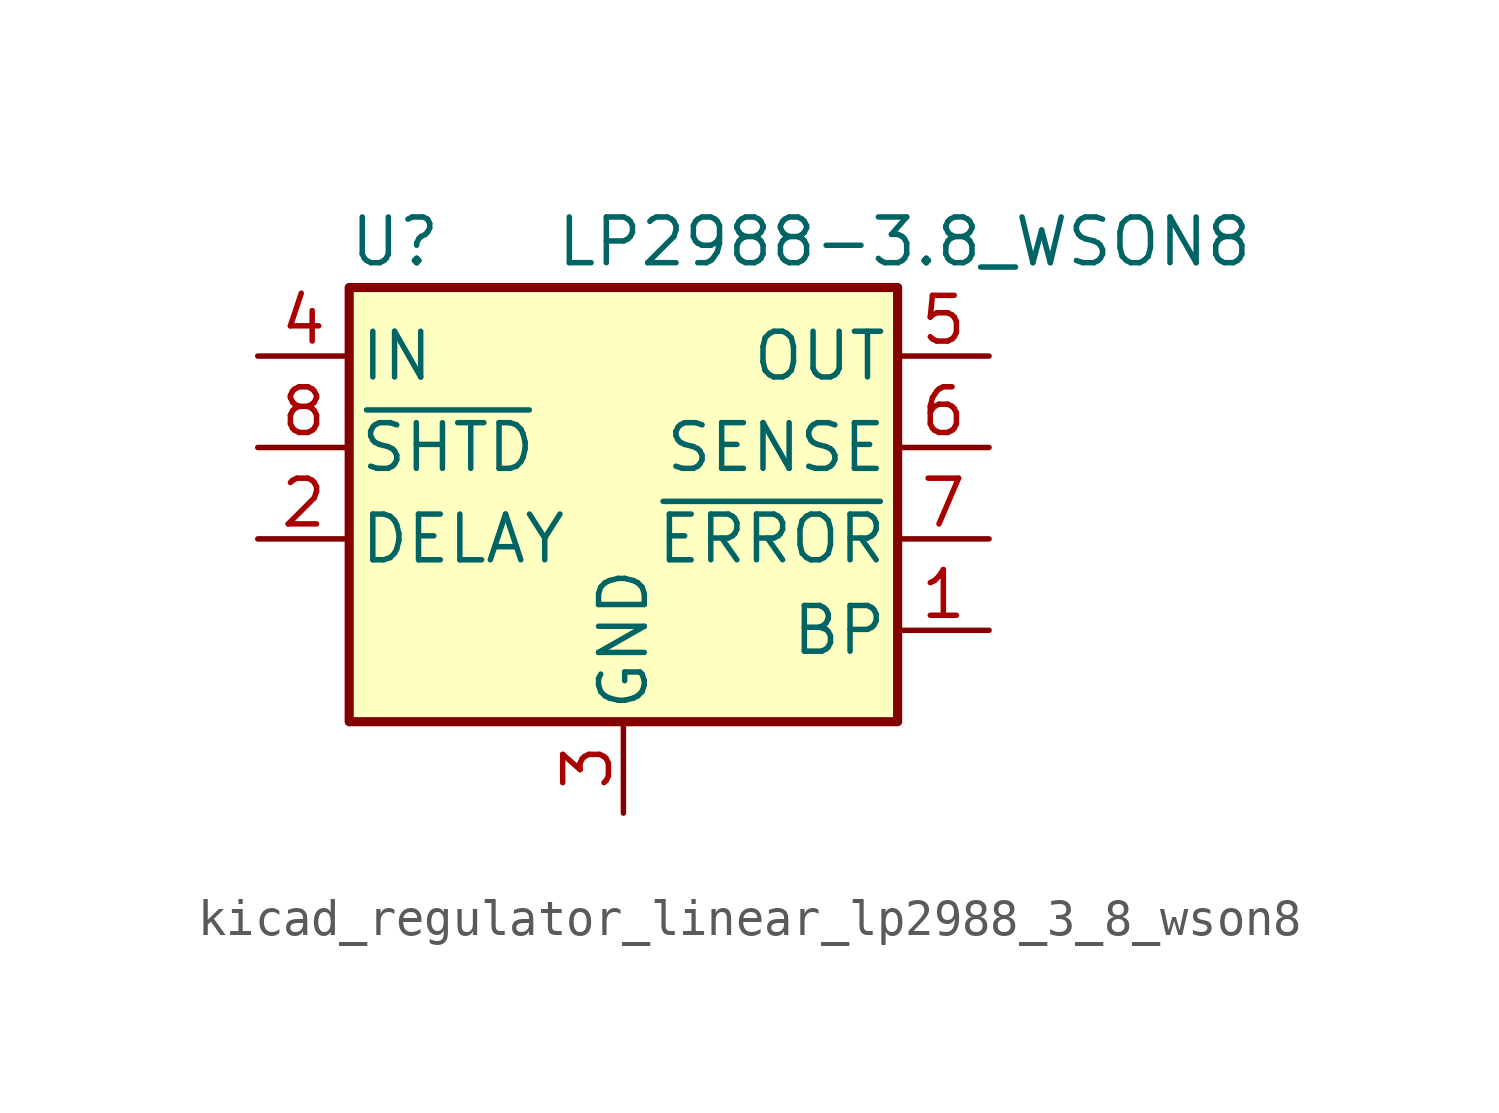
<source format=kicad_sym>
(kicad_symbol_lib
  (version 20220914)
  (generator kicad_symbol_editor)
  (symbol "kicad_regulator_linear_lp2988_3_8_wson8"
    (pin_names
      (offset 0.254))
    (property "Reference" "U"
      (at -6.35 5.715 0)
      (effects (font (size 1.27 1.27))))
    (property "Value" "LP2988-3.8_WSON8"
      (at -1.905 5.715 0)
      (effects (font (size 1.27 1.27)) (justify left)))
    (symbol "kicad_regulator_linear_lp2988_3_8_wson8_0_1"
      (rectangle (start -7.62 4.445) (end 7.62 -7.62) (stroke (width 0.254) (type default)) (fill (type background))))
    (symbol "kicad_regulator_linear_lp2988_3_8_wson8_1_1"
      (pin passive line (at 10.16 -5.08 180) (length 2.54) (name "BP" (effects (font (size 1.27 1.27)))) (number "1" (effects (font (size 1.27 1.27)))))
      (pin passive line (at -10.16 -2.54 0) (length 2.54) (name "DELAY" (effects (font (size 1.27 1.27)))) (number "2" (effects (font (size 1.27 1.27)))))
      (pin power_in line (at 0 -10.16 90) (length 2.54) (name "GND" (effects (font (size 1.27 1.27)))) (number "3" (effects (font (size 1.27 1.27)))))
      (pin power_in line (at -10.16 2.54 0) (length 2.54) (name "IN" (effects (font (size 1.27 1.27)))) (number "4" (effects (font (size 1.27 1.27)))))
      (pin power_out line (at 10.16 2.54 180) (length 2.54) (name "OUT" (effects (font (size 1.27 1.27)))) (number "5" (effects (font (size 1.27 1.27)))))
      (pin input line (at 10.16 0 180) (length 2.54) (name "SENSE" (effects (font (size 1.27 1.27)))) (number "6" (effects (font (size 1.27 1.27)))))
      (pin output line (at 10.16 -2.54 180) (length 2.54) (name "~{ERROR}" (effects (font (size 1.27 1.27)))) (number "7" (effects (font (size 1.27 1.27)))))
      (pin input line (at -10.16 0 0) (length 2.54) (name "~{SHTD}" (effects (font (size 1.27 1.27)))) (number "8" (effects (font (size 1.27 1.27)))))
      (pin passive line (at 0 -10.16 90) (length 2.54) hide (name "GND" (effects (font (size 1.27 1.27)))) (number "9" (effects (font (size 1.27 1.27))))))))
</source>
